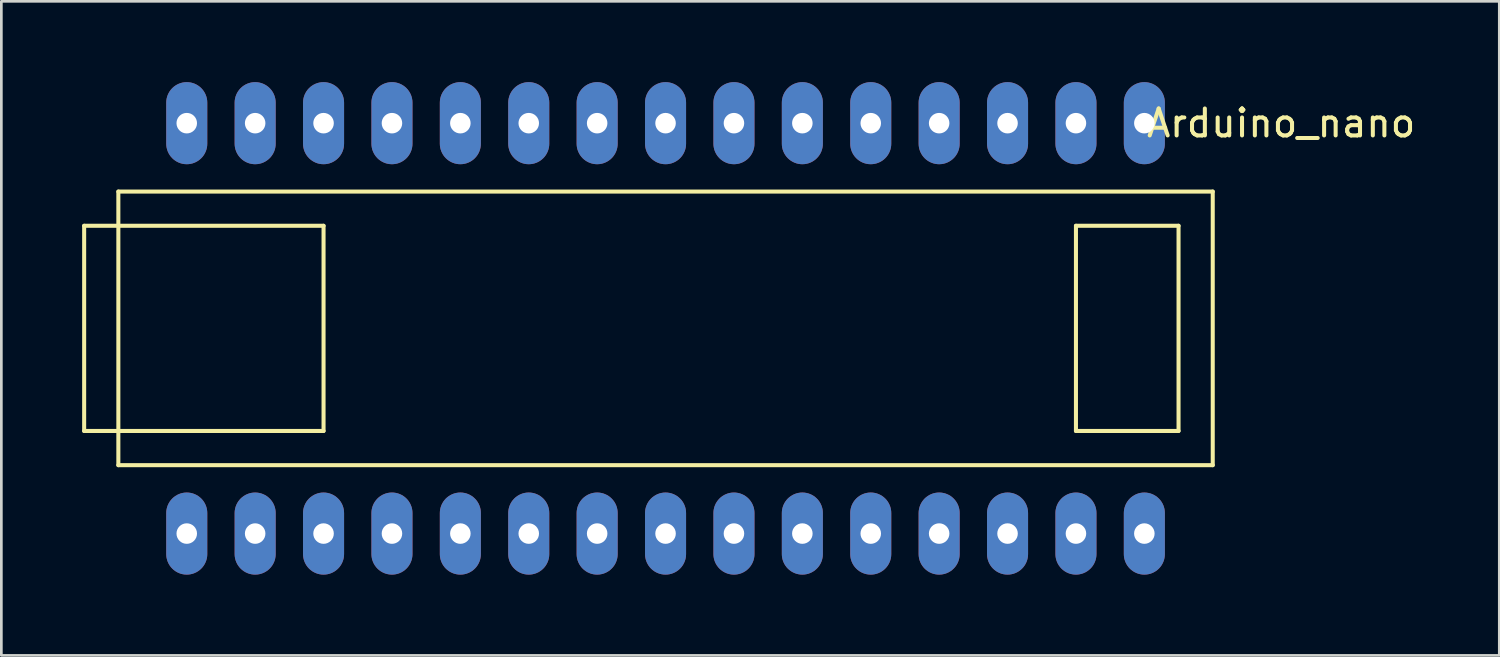
<source format=kicad_pcb>
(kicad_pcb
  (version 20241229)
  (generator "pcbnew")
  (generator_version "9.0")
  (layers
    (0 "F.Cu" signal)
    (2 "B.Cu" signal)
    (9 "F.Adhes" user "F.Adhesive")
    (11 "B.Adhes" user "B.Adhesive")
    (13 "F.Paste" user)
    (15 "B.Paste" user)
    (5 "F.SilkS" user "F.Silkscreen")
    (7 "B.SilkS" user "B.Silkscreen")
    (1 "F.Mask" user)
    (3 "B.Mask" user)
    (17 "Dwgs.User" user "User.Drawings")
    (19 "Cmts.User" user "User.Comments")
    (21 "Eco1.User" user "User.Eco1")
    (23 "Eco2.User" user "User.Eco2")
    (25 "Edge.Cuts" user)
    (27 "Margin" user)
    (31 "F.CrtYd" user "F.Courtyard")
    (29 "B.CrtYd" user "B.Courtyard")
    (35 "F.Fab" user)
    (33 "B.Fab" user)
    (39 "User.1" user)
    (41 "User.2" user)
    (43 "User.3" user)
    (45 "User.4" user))
  (footprint "Arduino_nano"
    (layer "F.Cu")
    (at 3.885 16.764)
    (property "Reference" "Arduino_nano" (at 40.64 -15.24 0) (layer "F.SilkS") (effects (font (size 1 1) (thickness 0.15))))
    (attr through_hole)
    (fp_line (start -3.81 -11.43) (end 5.08 -11.43) (stroke (width 0.15) (type solid)) (layer "F.SilkS"))
    (fp_line (start -3.81 -3.81) (end -3.81 -11.43) (stroke (width 0.15) (type solid)) (layer "F.SilkS"))
    (fp_line (start -2.54 -12.7) (end 38.1 -12.7) (stroke (width 0.15) (type solid)) (layer "F.SilkS"))
    (fp_line (start -2.54 -2.54) (end -2.54 -12.7) (stroke (width 0.15) (type solid)) (layer "F.SilkS"))
    (fp_line (start 5.08 -11.43) (end 5.08 -3.81) (stroke (width 0.15) (type solid)) (layer "F.SilkS"))
    (fp_line (start 5.08 -3.81) (end -3.81 -3.81) (stroke (width 0.15) (type solid)) (layer "F.SilkS"))
    (fp_line (start 33.02 -11.43) (end 33.02 -3.81) (stroke (width 0.15) (type solid)) (layer "F.SilkS"))
    (fp_line (start 33.02 -3.81) (end 36.83 -3.81) (stroke (width 0.15) (type solid)) (layer "F.SilkS"))
    (fp_line (start 36.83 -11.43) (end 33.02 -11.43) (stroke (width 0.15) (type solid)) (layer "F.SilkS"))
    (fp_line (start 36.83 -3.81) (end 36.83 -11.43) (stroke (width 0.15) (type solid)) (layer "F.SilkS"))
    (fp_line (start 38.1 -12.7) (end 38.1 -2.54) (stroke (width 0.15) (type solid)) (layer "F.SilkS"))
    (fp_line (start 38.1 -2.54) (end -2.54 -2.54) (stroke (width 0.15) (type solid)) (layer "F.SilkS"))
    (pad "1" thru_hole oval (at 0 0) (size 1.524 3.048) (drill 0.762) (layers "*.Cu" "*.Mask"))
    (pad "2" thru_hole oval (at 2.54 0) (size 1.524 3.048) (drill 0.762) (layers "*.Cu" "*.Mask"))
    (pad "3" thru_hole oval (at 5.08 0) (size 1.524 3.048) (drill 0.762) (layers "*.Cu" "*.Mask"))
    (pad "4" thru_hole oval (at 7.62 0) (size 1.524 3.048) (drill 0.762) (layers "*.Cu" "*.Mask"))
    (pad "5" thru_hole oval (at 10.16 0) (size 1.524 3.048) (drill 0.762) (layers "*.Cu" "*.Mask"))
    (pad "6" thru_hole oval (at 12.7 0) (size 1.524 3.048) (drill 0.762) (layers "*.Cu" "*.Mask"))
    (pad "7" thru_hole oval (at 15.24 0) (size 1.524 3.048) (drill 0.762) (layers "*.Cu" "*.Mask"))
    (pad "8" thru_hole oval (at 17.78 0) (size 1.524 3.048) (drill 0.762) (layers "*.Cu" "*.Mask"))
    (pad "9" thru_hole oval (at 20.32 0) (size 1.524 3.048) (drill 0.762) (layers "*.Cu" "*.Mask"))
    (pad "10" thru_hole oval (at 22.86 0) (size 1.524 3.048) (drill 0.762) (layers "*.Cu" "*.Mask"))
    (pad "11" thru_hole oval (at 25.4 0) (size 1.524 3.048) (drill 0.762) (layers "*.Cu" "*.Mask"))
    (pad "12" thru_hole oval (at 27.94 0) (size 1.524 3.048) (drill 0.762) (layers "*.Cu" "*.Mask"))
    (pad "13" thru_hole oval (at 30.48 0) (size 1.524 3.048) (drill 0.762) (layers "*.Cu" "*.Mask"))
    (pad "14" thru_hole oval (at 33.02 0) (size 1.524 3.048) (drill 0.762) (layers "*.Cu" "*.Mask"))
    (pad "15" thru_hole oval (at 35.56 0) (size 1.524 3.048) (drill 0.762) (layers "*.Cu" "*.Mask"))
    (pad "16" thru_hole oval (at 35.56 -15.24) (size 1.524 3.048) (drill 0.762) (layers "*.Cu" "*.Mask"))
    (pad "17" thru_hole oval (at 33.02 -15.24) (size 1.524 3.048) (drill 0.762) (layers "*.Cu" "*.Mask"))
    (pad "18" thru_hole oval (at 30.48 -15.24) (size 1.524 3.048) (drill 0.762) (layers "*.Cu" "*.Mask"))
    (pad "19" thru_hole oval (at 27.94 -15.24) (size 1.524 3.048) (drill 0.762) (layers "*.Cu" "*.Mask"))
    (pad "20" thru_hole oval (at 25.4 -15.24) (size 1.524 3.048) (drill 0.762) (layers "*.Cu" "*.Mask"))
    (pad "21" thru_hole oval (at 22.86 -15.24) (size 1.524 3.048) (drill 0.762) (layers "*.Cu" "*.Mask"))
    (pad "22" thru_hole oval (at 20.32 -15.24) (size 1.524 3.048) (drill 0.762) (layers "*.Cu" "*.Mask"))
    (pad "23" thru_hole oval (at 17.78 -15.24) (size 1.524 3.048) (drill 0.762) (layers "*.Cu" "*.Mask"))
    (pad "24" thru_hole oval (at 15.24 -15.24) (size 1.524 3.048) (drill 0.762) (layers "*.Cu" "*.Mask"))
    (pad "25" thru_hole oval (at 12.7 -15.24) (size 1.524 3.048) (drill 0.762) (layers "*.Cu" "*.Mask"))
    (pad "26" thru_hole oval (at 10.16 -15.24) (size 1.524 3.048) (drill 0.762) (layers "*.Cu" "*.Mask"))
    (pad "27" thru_hole oval (at 7.62 -15.24) (size 1.524 3.048) (drill 0.762) (layers "*.Cu" "*.Mask"))
    (pad "28" thru_hole oval (at 5.08 -15.24) (size 1.524 3.048) (drill 0.762) (layers "*.Cu" "*.Mask"))
    (pad "29" thru_hole oval (at 2.54 -15.24) (size 1.524 3.048) (drill 0.762) (layers "*.Cu" "*.Mask"))
    (pad "30" thru_hole oval (at 0 -15.24) (size 1.524 3.048) (drill 0.762) (layers "*.Cu" "*.Mask")))
  (gr_rect
    (start -3 -3)
    (end 52.626 21.288)
    (stroke (width 0.1) (type default))
    (fill no)
    (layer "Edge.Cuts")))
</source>
